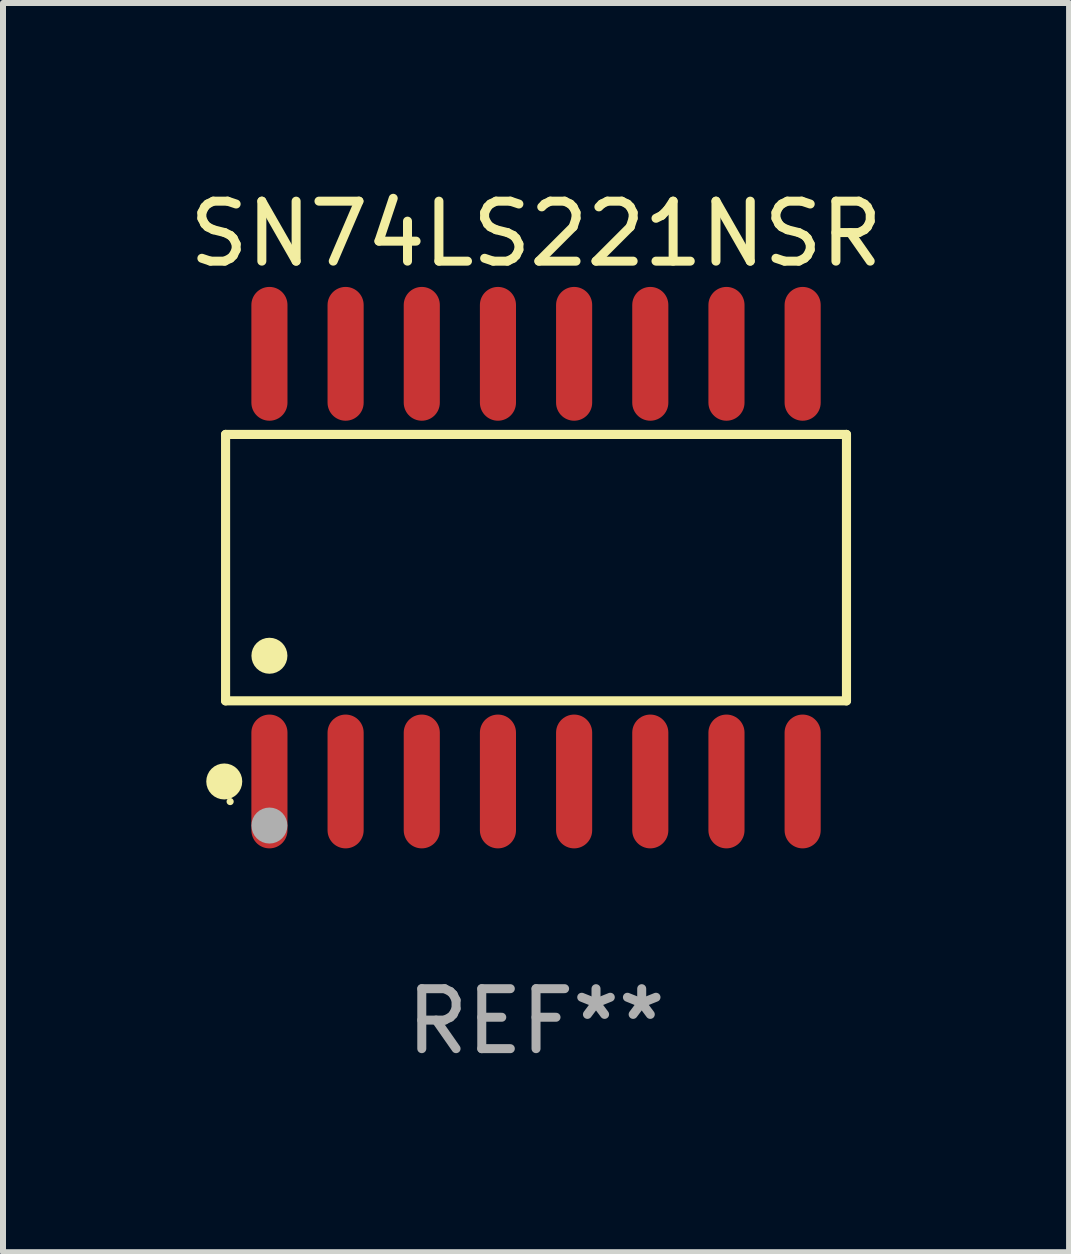
<source format=kicad_pcb>
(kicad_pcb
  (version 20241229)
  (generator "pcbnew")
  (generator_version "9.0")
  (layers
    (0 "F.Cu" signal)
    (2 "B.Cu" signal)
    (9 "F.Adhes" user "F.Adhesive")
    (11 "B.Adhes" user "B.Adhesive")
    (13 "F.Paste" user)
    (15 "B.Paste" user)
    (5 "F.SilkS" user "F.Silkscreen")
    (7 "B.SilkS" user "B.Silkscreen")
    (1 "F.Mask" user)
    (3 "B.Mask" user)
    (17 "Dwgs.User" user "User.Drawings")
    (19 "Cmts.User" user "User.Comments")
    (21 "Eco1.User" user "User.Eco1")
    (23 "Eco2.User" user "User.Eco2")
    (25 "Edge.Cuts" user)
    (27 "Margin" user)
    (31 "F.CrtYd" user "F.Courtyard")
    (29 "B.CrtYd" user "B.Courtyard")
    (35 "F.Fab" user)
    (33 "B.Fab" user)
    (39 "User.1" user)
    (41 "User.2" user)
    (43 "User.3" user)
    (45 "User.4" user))
  (footprint "SN74LS221NSR"
    (layer "F.Cu")
    (at 5.887 6.414)
    (property "Reference" "SN74LS221NSR" (at 0 -5.565 0) (layer "F.SilkS") (effects (font (size 1 1) (thickness 0.15))))
    (attr through_hole)
    (fp_line (start -5.176 -2.221) (end 5.176 -2.221) (stroke (width 0.152) (type solid)) (layer "F.SilkS"))
    (fp_line (start -5.176 2.221) (end -5.176 -2.221) (stroke (width 0.152) (type solid)) (layer "F.SilkS"))
    (fp_line (start 5.176 -2.221) (end 5.176 2.221) (stroke (width 0.152) (type solid)) (layer "F.SilkS"))
    (fp_line (start 5.176 2.221) (end -5.176 2.221) (stroke (width 0.152) (type solid)) (layer "F.SilkS"))
    (fp_circle (center -5.198 3.565) (end -5.048 3.565) (stroke (width 0.3) (type solid)) (fill no) (layer "F.SilkS"))
    (fp_circle (center -5.1 3.9) (end -5.07 3.9) (stroke (width 0.06) (type solid)) (fill no) (layer "F.SilkS"))
    (fp_circle (center -4.445 1.469) (end -4.295 1.469) (stroke (width 0.3) (type solid)) (fill no) (layer "F.SilkS"))
    (fp_circle (center -4.445 4.3) (end -4.295 4.3) (stroke (width 0.3) (type solid)) (fill no) (layer "F.Fab"))
    (fp_text user "REF**" (at 0 7.565 0) (layer "F.Fab") (effects (font (size 1 1) (thickness 0.15))))
    (pad "1" smd oval (at -4.445 3.565) (size 0.602 2.231) (layers "F.Cu" "F.Mask" "F.Paste"))
    (pad "2" smd oval (at -3.175 3.565) (size 0.602 2.231) (layers "F.Cu" "F.Mask" "F.Paste"))
    (pad "3" smd oval (at -1.905 3.565) (size 0.602 2.231) (layers "F.Cu" "F.Mask" "F.Paste"))
    (pad "4" smd oval (at -0.635 3.565) (size 0.602 2.231) (layers "F.Cu" "F.Mask" "F.Paste"))
    (pad "5" smd oval (at 0.635 3.565) (size 0.602 2.231) (layers "F.Cu" "F.Mask" "F.Paste"))
    (pad "6" smd oval (at 1.905 3.565) (size 0.602 2.231) (layers "F.Cu" "F.Mask" "F.Paste"))
    (pad "7" smd oval (at 3.175 3.565) (size 0.602 2.231) (layers "F.Cu" "F.Mask" "F.Paste"))
    (pad "8" smd oval (at 4.445 3.565) (size 0.602 2.231) (layers "F.Cu" "F.Mask" "F.Paste"))
    (pad "9" smd oval (at 4.445 -3.565) (size 0.602 2.231) (layers "F.Cu" "F.Mask" "F.Paste"))
    (pad "10" smd oval (at 3.175 -3.565) (size 0.602 2.231) (layers "F.Cu" "F.Mask" "F.Paste"))
    (pad "11" smd oval (at 1.905 -3.565) (size 0.602 2.231) (layers "F.Cu" "F.Mask" "F.Paste"))
    (pad "12" smd oval (at 0.635 -3.565) (size 0.602 2.231) (layers "F.Cu" "F.Mask" "F.Paste"))
    (pad "13" smd oval (at -0.635 -3.565) (size 0.602 2.231) (layers "F.Cu" "F.Mask" "F.Paste"))
    (pad "14" smd oval (at -1.905 -3.565) (size 0.602 2.231) (layers "F.Cu" "F.Mask" "F.Paste"))
    (pad "15" smd oval (at -3.175 -3.565) (size 0.602 2.231) (layers "F.Cu" "F.Mask" "F.Paste"))
    (pad "16" smd oval (at -4.445 -3.565) (size 0.602 2.231) (layers "F.Cu" "F.Mask" "F.Paste")))
  (gr_rect
    (start -3 -3)
    (end 14.774 17.827)
    (stroke (width 0.1) (type default))
    (fill no)
    (layer "Edge.Cuts")))
</source>
